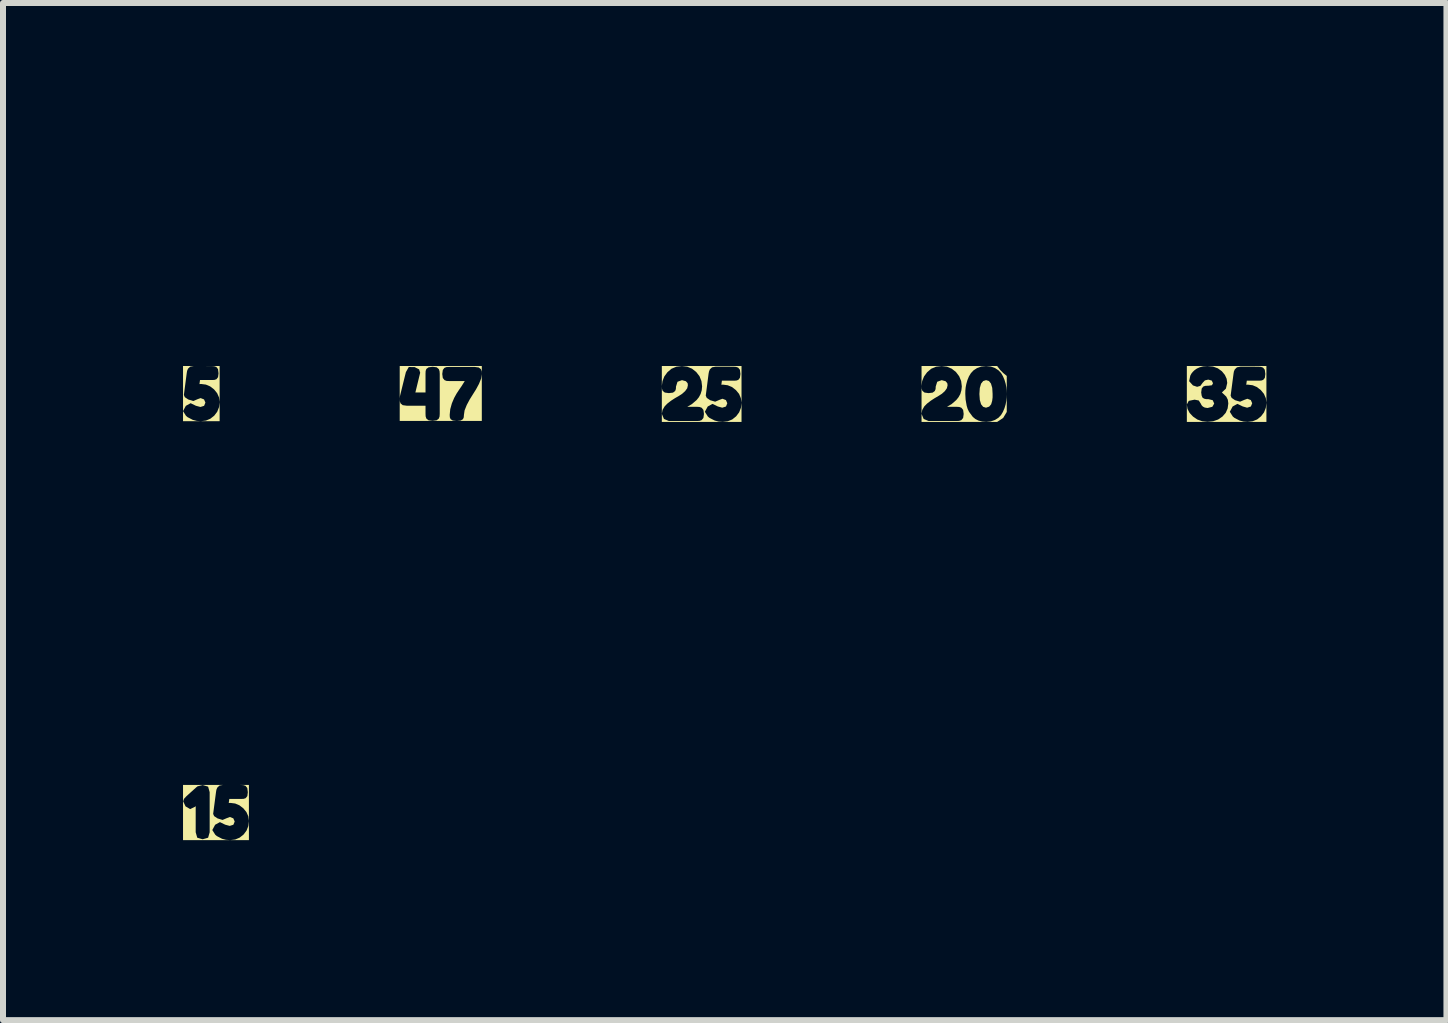
<source format=kicad_pcb>
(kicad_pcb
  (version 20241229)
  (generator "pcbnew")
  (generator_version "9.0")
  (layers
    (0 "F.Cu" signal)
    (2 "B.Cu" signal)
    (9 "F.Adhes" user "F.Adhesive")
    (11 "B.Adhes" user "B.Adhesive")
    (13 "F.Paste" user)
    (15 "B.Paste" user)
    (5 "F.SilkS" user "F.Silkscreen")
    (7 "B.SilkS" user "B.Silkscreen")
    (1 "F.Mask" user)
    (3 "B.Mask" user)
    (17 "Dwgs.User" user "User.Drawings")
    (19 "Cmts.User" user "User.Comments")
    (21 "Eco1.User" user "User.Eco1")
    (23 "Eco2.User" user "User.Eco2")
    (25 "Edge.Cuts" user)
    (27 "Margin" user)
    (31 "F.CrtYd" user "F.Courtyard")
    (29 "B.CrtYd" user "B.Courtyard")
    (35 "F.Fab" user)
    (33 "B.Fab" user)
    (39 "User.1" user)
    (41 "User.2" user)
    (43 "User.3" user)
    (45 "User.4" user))
  (footprint "kibuzzard-6695C219"
    (layer "F.Cu")
    (at 17.391 3.515)
    (property "Reference" "kibuzzard-6695C219" (at 0 -3.514 0) (layer "F.SilkS") (effects (font (size 0.001 0.001) (thickness 0.15))))
    (attr board_only exclude_from_pos_files exclude_from_bom)
    (fp_poly (pts (xy -0.663 -0.466) (xy -0.663 -0.466) (xy -0.663 0.466) (xy -0.663 0.466) (xy -0.319 0.466) (xy -0.319 0.464) (xy -0.407 0.455) (xy -0.488 0.426) (xy -0.56 0.377) (xy -0.617 0.316) (xy -0.652 0.249) (xy -0.663 0.176) (xy -0.631 0.115) (xy -0.534 0.095) (xy -0.464 0.109) (xy -0.426 0.169) (xy -0.424 0.176) (xy -0.414 0.192) (xy -0.395 0.211) (xy -0.364 0.227) (xy -0.318 0.234) (xy -0.238 0.214) (xy -0.207 0.16) (xy -0.232 0.104) (xy -0.306 0.086) (xy -0.342 0.086) (xy -0.371 0.08) (xy -0.4 0.064) (xy -0.416 0.03) (xy -0.424 -0.026) (xy -0.415 -0.091) (xy -0.388 -0.124) (xy -0.355 -0.135) (xy -0.314 -0.137) (xy -0.305 -0.137) (xy -0.245 -0.145) (xy -0.227 -0.178) (xy -0.248 -0.223) (xy -0.306 -0.239) (xy -0.362 -0.226) (xy -0.399 -0.187) (xy -0.438 -0.134) (xy -0.492 -0.119) (xy -0.561 -0.142) (xy -0.625 -0.213) (xy -0.606 -0.302) (xy -0.605 -0.306) (xy -0.597 -0.321) (xy -0.585 -0.342) (xy -0.564 -0.368) (xy -0.536 -0.395) (xy -0.498 -0.422) (xy -0.45 -0.444) (xy -0.391 -0.46) (xy -0.319 -0.465) (xy -0.226 -0.456) (xy -0.146 -0.427) (xy -0.079 -0.378) (xy -0.029 -0.317) (xy 0.000358 -0.253) (xy 0.01 -0.183) (xy -0.012 -0.089) (xy -0.079 -0.025) (xy -0.006 0.044) (xy 0.02 0.096) (xy 0.028 0.158) (xy 0.017 0.241) (xy -0.015 0.314) (xy -0.07 0.377) (xy -0.142 0.426) (xy -0.225 0.455) (xy -0.319 0.464) (xy -0.319 0.466) (xy 0.35 0.466) (xy 0.35 0.465) (xy 0.281 0.46) (xy 0.216 0.443) (xy 0.129 0.398) (xy 0.102 0.375) (xy 0.053 0.297) (xy 0.1 0.209) (xy 0.18 0.165) (xy 0.268 0.208) (xy 0.342 0.229) (xy 0.404 0.209) (xy 0.426 0.155) (xy 0.403 0.102) (xy 0.346 0.08) (xy 0.296 0.098) (xy 0.224 0.129) (xy 0.14 0.104) (xy 0.083 0.065) (xy 0.067 0.028) (xy 0.115 -0.338) (xy 0.121 -0.374) (xy 0.136 -0.409) (xy 0.172 -0.444) (xy 0.233 -0.455) (xy 0.528 -0.454) (xy 0.572 -0.451) (xy 0.607 -0.439) (xy 0.636 -0.403) (xy 0.645 -0.333) (xy 0.637 -0.268) (xy 0.609 -0.234) (xy 0.576 -0.223) (xy 0.534 -0.221) (xy 0.336 -0.221) (xy 0.327 -0.153) (xy 0.349 -0.155) (xy 0.355 -0.155) (xy 0.434 -0.145) (xy 0.505 -0.115) (xy 0.57 -0.064) (xy 0.622 -0.001) (xy 0.653 0.07) (xy 0.663 0.146) (xy 0.653 0.231) (xy 0.623 0.307) (xy 0.573 0.373) (xy 0.508 0.425) (xy 0.434 0.455) (xy 0.35 0.465) (xy 0.35 0.466) (xy 0.663 0.466) (xy 0.663 0.466) (xy 0.663 -0.466) (xy 0.663 -0.466) (xy -0.663 -0.466)) (stroke (width 0) (type solid)) (fill yes) (layer "F.SilkS")))
  (footprint "kibuzzard-6695C28C"
    (layer "F.Cu")
    (at 13.017 3.515)
    (property "Reference" "kibuzzard-6695C28C" (at 0 -3.514 0) (layer "F.SilkS") (effects (font (size 0.001 0.001) (thickness 0.15))))
    (attr board_only exclude_from_pos_files exclude_from_bom)
    (fp_poly (pts (xy 0.364 0.229) (xy 0.417 0.211) (xy 0.45 0.172) (xy 0.467 0.114) (xy 0.474 0.057) (xy 0.474 0.006) (xy 0.474 -0.001) (xy 0.468 -0.101) (xy 0.447 -0.173) (xy 0.413 -0.216) (xy 0.365 -0.23) (xy 0.317 -0.215) (xy 0.282 -0.172) (xy 0.261 -0.1) (xy 0.254 0.001) (xy 0.261 0.1) (xy 0.282 0.172) (xy 0.316 0.214) (xy 0.364 0.229)) (stroke (width 0) (type solid)) (fill yes) (layer "F.SilkS"))
    (fp_poly (pts (xy -0.71 -0.466) (xy -0.71 -0.466) (xy -0.71 0.466) (xy -0.71 0.466) (xy -0.593 0.466) (xy -0.593 0.451) (xy -0.675 0.416) (xy -0.71 0.332) (xy -0.698 0.266) (xy -0.664 0.207) (xy -0.619 0.161) (xy -0.557 0.113) (xy -0.489 0.069) (xy -0.427 0.033) (xy -0.371 -0.003) (xy -0.322 -0.047) (xy -0.288 -0.095) (xy -0.276 -0.145) (xy -0.281 -0.179) (xy -0.309 -0.212) (xy -0.374 -0.23) (xy -0.449 -0.203) (xy -0.474 -0.123) (xy -0.476 -0.082) (xy -0.489 -0.049) (xy -0.525 -0.022) (xy -0.593 -0.014) (xy -0.66 -0.023) (xy -0.696 -0.052) (xy -0.708 -0.088) (xy -0.71 -0.132) (xy -0.7 -0.214) (xy -0.669 -0.291) (xy -0.617 -0.362) (xy -0.549 -0.42) (xy -0.469 -0.454) (xy -0.375 -0.465) (xy -0.286 -0.454) (xy -0.207 -0.421) (xy -0.137 -0.366) (xy -0.083 -0.295) (xy -0.05 -0.215) (xy -0.039 -0.126) (xy -0.046 -0.061) (xy -0.064 0.001) (xy -0.094 0.055) (xy -0.131 0.101) (xy -0.209 0.169) (xy -0.286 0.214) (xy -0.126 0.214) (xy -0.081 0.217) (xy -0.046 0.23) (xy -0.017 0.266) (xy -0.008 0.334) (xy -0.017 0.4) (xy -0.047 0.436) (xy -0.084 0.449) (xy -0.128 0.451) (xy -0.593 0.451) (xy -0.593 0.466) (xy 0.369 0.466) (xy 0.369 0.465) (xy 0.3 0.46) (xy 0.239 0.444) (xy 0.186 0.417) (xy 0.144 0.382) (xy 0.081 0.297) (xy 0.058 0.249) (xy 0.042 0.196) (xy 0.024 0.093) (xy 0.019 -0.001) (xy 0.02 -0.055) (xy 0.025 -0.109) (xy 0.036 -0.166) (xy 0.054 -0.23) (xy 0.08 -0.293) (xy 0.113 -0.347) (xy 0.156 -0.393) (xy 0.214 -0.431) (xy 0.285 -0.457) (xy 0.366 -0.465) (xy 0.445 -0.457) (xy 0.514 -0.432) (xy 0.572 -0.394) (xy 0.615 -0.349) (xy 0.647 -0.295) (xy 0.673 -0.233) (xy 0.692 -0.169) (xy 0.703 -0.111) (xy 0.708 -0.056) (xy 0.71 0.001) (xy 0.708 0.058) (xy 0.702 0.116) (xy 0.691 0.175) (xy 0.672 0.238) (xy 0.646 0.299) (xy 0.614 0.352) (xy 0.571 0.397) (xy 0.514 0.433) (xy 0.446 0.457) (xy 0.369 0.465) (xy 0.369 0.466) (xy 0.55 0.466) (xy 0.65 0.4) (xy 0.71 0.3) (xy 0.71 -0.3) (xy 0.65 -0.35) (xy 0.6 -0.4) (xy 0.55 -0.466) (xy -0.71 -0.466)) (stroke (width 0) (type solid)) (fill yes) (layer "F.SilkS")))
  (footprint "kibuzzard-6695C372"
    (layer "F.Cu")
    (at 0.549 10.49)
    (property "Reference" "kibuzzard-6695C372" (at 0 -3.508 0) (layer "F.SilkS") (effects (font (size 0.001 0.001) (thickness 0.15))))
    (attr board_only exclude_from_pos_files exclude_from_bom)
    (fp_poly (pts (xy -0.549 -0.46) (xy -0.549 -0.46) (xy -0.549 0.46) (xy -0.549 0.46) (xy -0.222 0.46) (xy -0.222 0.446) (xy -0.312 0.42) (xy -0.338 0.329) (xy -0.338 -0.106) (xy -0.351 -0.095) (xy -0.43 -0.057) (xy -0.507 -0.102) (xy -0.547 -0.187) (xy -0.532 -0.229) (xy -0.492 -0.272) (xy -0.329 -0.419) (xy -0.308 -0.436) (xy -0.221 -0.458) (xy -0.131 -0.431) (xy -0.105 -0.339) (xy -0.105 0.33) (xy -0.131 0.42) (xy -0.222 0.446) (xy -0.222 0.46) (xy 0.236 0.46) (xy 0.236 0.46) (xy 0.167 0.455) (xy 0.102 0.438) (xy 0.015 0.393) (xy -0.012 0.37) (xy -0.061 0.292) (xy -0.014 0.204) (xy 0.066 0.16) (xy 0.154 0.203) (xy 0.229 0.223) (xy 0.29 0.204) (xy 0.312 0.15) (xy 0.289 0.097) (xy 0.232 0.075) (xy 0.182 0.093) (xy 0.11 0.124) (xy 0.026 0.098) (xy -0.031 0.06) (xy -0.047 0.023) (xy 0.001 -0.343) (xy 0.007 -0.379) (xy 0.022 -0.415) (xy 0.058 -0.449) (xy 0.119 -0.46) (xy 0.414 -0.459) (xy 0.458 -0.456) (xy 0.493 -0.444) (xy 0.522 -0.408) (xy 0.531 -0.338) (xy 0.523 -0.274) (xy 0.495 -0.239) (xy 0.462 -0.228) (xy 0.42 -0.226) (xy 0.222 -0.226) (xy 0.213 -0.158) (xy 0.235 -0.16) (xy 0.241 -0.16) (xy 0.32 -0.15) (xy 0.391 -0.12) (xy 0.456 -0.07) (xy 0.508 -0.006) (xy 0.539 0.064) (xy 0.549 0.141) (xy 0.539 0.226) (xy 0.509 0.302) (xy 0.459 0.368) (xy 0.394 0.419) (xy 0.32 0.45) (xy 0.236 0.46) (xy 0.236 0.46) (xy 0.549 0.46) (xy 0.549 0.46) (xy 0.549 -0.46) (xy 0.549 -0.46) (xy -0.549 -0.46)) (stroke (width 0) (type solid)) (fill yes) (layer "F.SilkS")))
  (footprint "kibuzzard-6695C24F"
    (layer "F.Cu")
    (at 8.643 3.515)
    (property "Reference" "kibuzzard-6695C24F" (at 0 -3.514 0) (layer "F.SilkS") (effects (font (size 0.001 0.001) (thickness 0.15))))
    (attr board_only exclude_from_pos_files exclude_from_bom)
    (fp_poly (pts (xy -0.664 -0.466) (xy -0.664 -0.466) (xy -0.664 0.466) (xy -0.664 0.466) (xy -0.547 0.466) (xy -0.547 0.451) (xy -0.629 0.416) (xy -0.664 0.332) (xy -0.652 0.266) (xy -0.617 0.207) (xy -0.573 0.161) (xy -0.511 0.113) (xy -0.443 0.069) (xy -0.38 0.033) (xy -0.325 -0.003) (xy -0.276 -0.047) (xy -0.241 -0.095) (xy -0.23 -0.145) (xy -0.234 -0.179) (xy -0.263 -0.212) (xy -0.328 -0.23) (xy -0.403 -0.203) (xy -0.428 -0.123) (xy -0.43 -0.082) (xy -0.442 -0.049) (xy -0.478 -0.022) (xy -0.547 -0.014) (xy -0.614 -0.023) (xy -0.65 -0.052) (xy -0.662 -0.088) (xy -0.664 -0.132) (xy -0.653 -0.214) (xy -0.623 -0.291) (xy -0.571 -0.362) (xy -0.503 -0.42) (xy -0.422 -0.454) (xy -0.329 -0.465) (xy -0.24 -0.454) (xy -0.161 -0.421) (xy -0.091 -0.366) (xy -0.036 -0.295) (xy -0.004 -0.215) (xy 0.007 -0.126) (xy 0.001 -0.061) (xy -0.018 0.001) (xy -0.047 0.055) (xy -0.084 0.101) (xy -0.163 0.169) (xy -0.24 0.214) (xy -0.079 0.214) (xy -0.035 0.217) (xy 0 0.23) (xy 0.029 0.266) (xy 0.038 0.334) (xy 0.029 0.4) (xy -0.001 0.436) (xy -0.037 0.449) (xy -0.082 0.451) (xy -0.547 0.451) (xy -0.547 0.466) (xy 0.351 0.466) (xy 0.351 0.465) (xy 0.281 0.46) (xy 0.217 0.443) (xy 0.129 0.398) (xy 0.102 0.375) (xy 0.053 0.297) (xy 0.101 0.209) (xy 0.181 0.165) (xy 0.268 0.208) (xy 0.343 0.229) (xy 0.405 0.209) (xy 0.427 0.155) (xy 0.404 0.102) (xy 0.347 0.08) (xy 0.297 0.098) (xy 0.225 0.129) (xy 0.141 0.104) (xy 0.084 0.065) (xy 0.068 0.028) (xy 0.115 -0.338) (xy 0.122 -0.374) (xy 0.136 -0.409) (xy 0.173 -0.444) (xy 0.234 -0.455) (xy 0.529 -0.454) (xy 0.573 -0.451) (xy 0.608 -0.439) (xy 0.637 -0.403) (xy 0.646 -0.333) (xy 0.637 -0.268) (xy 0.61 -0.234) (xy 0.576 -0.223) (xy 0.535 -0.221) (xy 0.337 -0.221) (xy 0.328 -0.153) (xy 0.35 -0.155) (xy 0.356 -0.155) (xy 0.434 -0.145) (xy 0.506 -0.115) (xy 0.571 -0.064) (xy 0.623 -0.001) (xy 0.653 0.07) (xy 0.664 0.146) (xy 0.654 0.231) (xy 0.624 0.307) (xy 0.574 0.373) (xy 0.509 0.425) (xy 0.435 0.455) (xy 0.351 0.465) (xy 0.351 0.466) (xy 0.664 0.466) (xy 0.664 0.466) (xy 0.664 -0.466) (xy 0.664 -0.466) (xy -0.664 -0.466)) (stroke (width 0) (type solid)) (fill yes) (layer "F.SilkS")))
  (footprint "kibuzzard-6695C4C9"
    (layer "F.Cu")
    (at 4.295 3.507)
    (property "Reference" "kibuzzard-6695C4C9" (at 0 -3.506 0) (layer "F.SilkS") (effects (font (size 0.001 0.001) (thickness 0.15))))
    (attr board_only exclude_from_pos_files exclude_from_bom)
    (fp_poly (pts (xy -0.684 -0.458) (xy -0.684 -0.458) (xy -0.684 0.458) (xy -0.684 0.458) (xy -0.137 0.458) (xy -0.137 0.456) (xy -0.204 0.447) (xy -0.24 0.418) (xy -0.252 0.382) (xy -0.254 0.338) (xy -0.254 0.204) (xy -0.567 0.204) (xy -0.634 0.195) (xy -0.67 0.165) (xy -0.682 0.13) (xy -0.684 0.086) (xy -0.68 0.044) (xy -0.581 -0.356) (xy -0.533 -0.441) (xy -0.436 -0.44) (xy -0.361 -0.402) (xy -0.343 -0.346) (xy -0.423 -0.017) (xy -0.254 -0.017) (xy -0.254 -0.333) (xy -0.252 -0.375) (xy -0.24 -0.409) (xy -0.203 -0.436) (xy -0.135 -0.445) (xy -0.068 -0.436) (xy -0.032 -0.406) (xy -0.02 -0.37) (xy -0.017 -0.326) (xy -0.017 0.339) (xy -0.02 0.384) (xy -0.033 0.419) (xy -0.069 0.447) (xy -0.137 0.456) (xy -0.137 0.458) (xy 0.267 0.458) (xy 0.267 0.458) (xy 0.2 0.451) (xy 0.164 0.428) (xy 0.151 0.397) (xy 0.149 0.355) (xy 0.158 0.262) (xy 0.185 0.165) (xy 0.223 0.075) (xy 0.264 0.001) (xy 0.307 -0.064) (xy 0.35 -0.127) (xy 0.4 -0.207) (xy 0.142 -0.207) (xy 0.098 -0.209) (xy 0.063 -0.222) (xy 0.034 -0.258) (xy 0.025 -0.325) (xy 0.034 -0.391) (xy 0.061 -0.427) (xy 0.095 -0.44) (xy 0.136 -0.442) (xy 0.567 -0.442) (xy 0.634 -0.433) (xy 0.67 -0.404) (xy 0.682 -0.368) (xy 0.684 -0.324) (xy 0.673 -0.249) (xy 0.637 -0.16) (xy 0.588 -0.069) (xy 0.535 0.015) (xy 0.482 0.1) (xy 0.433 0.192) (xy 0.397 0.282) (xy 0.386 0.357) (xy 0.383 0.398) (xy 0.37 0.428) (xy 0.333 0.451) (xy 0.267 0.458) (xy 0.267 0.458) (xy 0.684 0.458) (xy 0.684 0.458) (xy 0.684 -0.458) (xy 0.684 -0.458) (xy -0.684 -0.458)) (stroke (width 0) (type solid)) (fill yes) (layer "F.SilkS")))
  (footprint "kibuzzard-6695C3C8"
    (layer "F.Cu")
    (at 0.305 3.509)
    (property "Reference" "kibuzzard-6695C3C8" (at 0 -3.508 0) (layer "F.SilkS") (effects (font (size 0.001 0.001) (thickness 0.15))))
    (attr board_only exclude_from_pos_files exclude_from_bom)
    (fp_poly (pts (xy -0.305 -0.46) (xy -0.305 -0.46) (xy -0.305 0.46) (xy -0.305 0.46) (xy -0.008 0.46) (xy -0.008 0.46) (xy -0.077 0.455) (xy -0.142 0.438) (xy -0.229 0.393) (xy -0.256 0.37) (xy -0.305 0.292) (xy -0.258 0.204) (xy -0.178 0.16) (xy -0.09 0.203) (xy -0.015 0.223) (xy 0.046 0.204) (xy 0.068 0.15) (xy 0.045 0.097) (xy -0.012 0.075) (xy -0.062 0.093) (xy -0.134 0.124) (xy -0.218 0.098) (xy -0.275 0.06) (xy -0.291 0.023) (xy -0.243 -0.343) (xy -0.237 -0.379) (xy -0.222 -0.415) (xy -0.186 -0.449) (xy -0.125 -0.46) (xy 0.17 -0.459) (xy 0.214 -0.456) (xy 0.249 -0.444) (xy 0.278 -0.408) (xy 0.287 -0.338) (xy 0.279 -0.274) (xy 0.251 -0.239) (xy 0.218 -0.228) (xy 0.176 -0.226) (xy -0.022 -0.226) (xy -0.031 -0.158) (xy -0.009 -0.16) (xy -0.003 -0.16) (xy 0.076 -0.15) (xy 0.147 -0.12) (xy 0.212 -0.07) (xy 0.264 -0.006) (xy 0.295 0.064) (xy 0.305 0.141) (xy 0.295 0.226) (xy 0.265 0.302) (xy 0.215 0.368) (xy 0.15 0.419) (xy 0.076 0.45) (xy -0.008 0.46) (xy -0.008 0.46) (xy 0.305 0.46) (xy 0.305 0.46) (xy 0.305 -0.46) (xy 0.305 -0.46) (xy -0.305 -0.46)) (stroke (width 0) (type solid)) (fill yes) (layer "F.SilkS")))
  (gr_rect
    (start -3 -3)
    (end 21.054 13.95)
    (stroke (width 0.1) (type default))
    (fill no)
    (layer "Edge.Cuts")))
</source>
